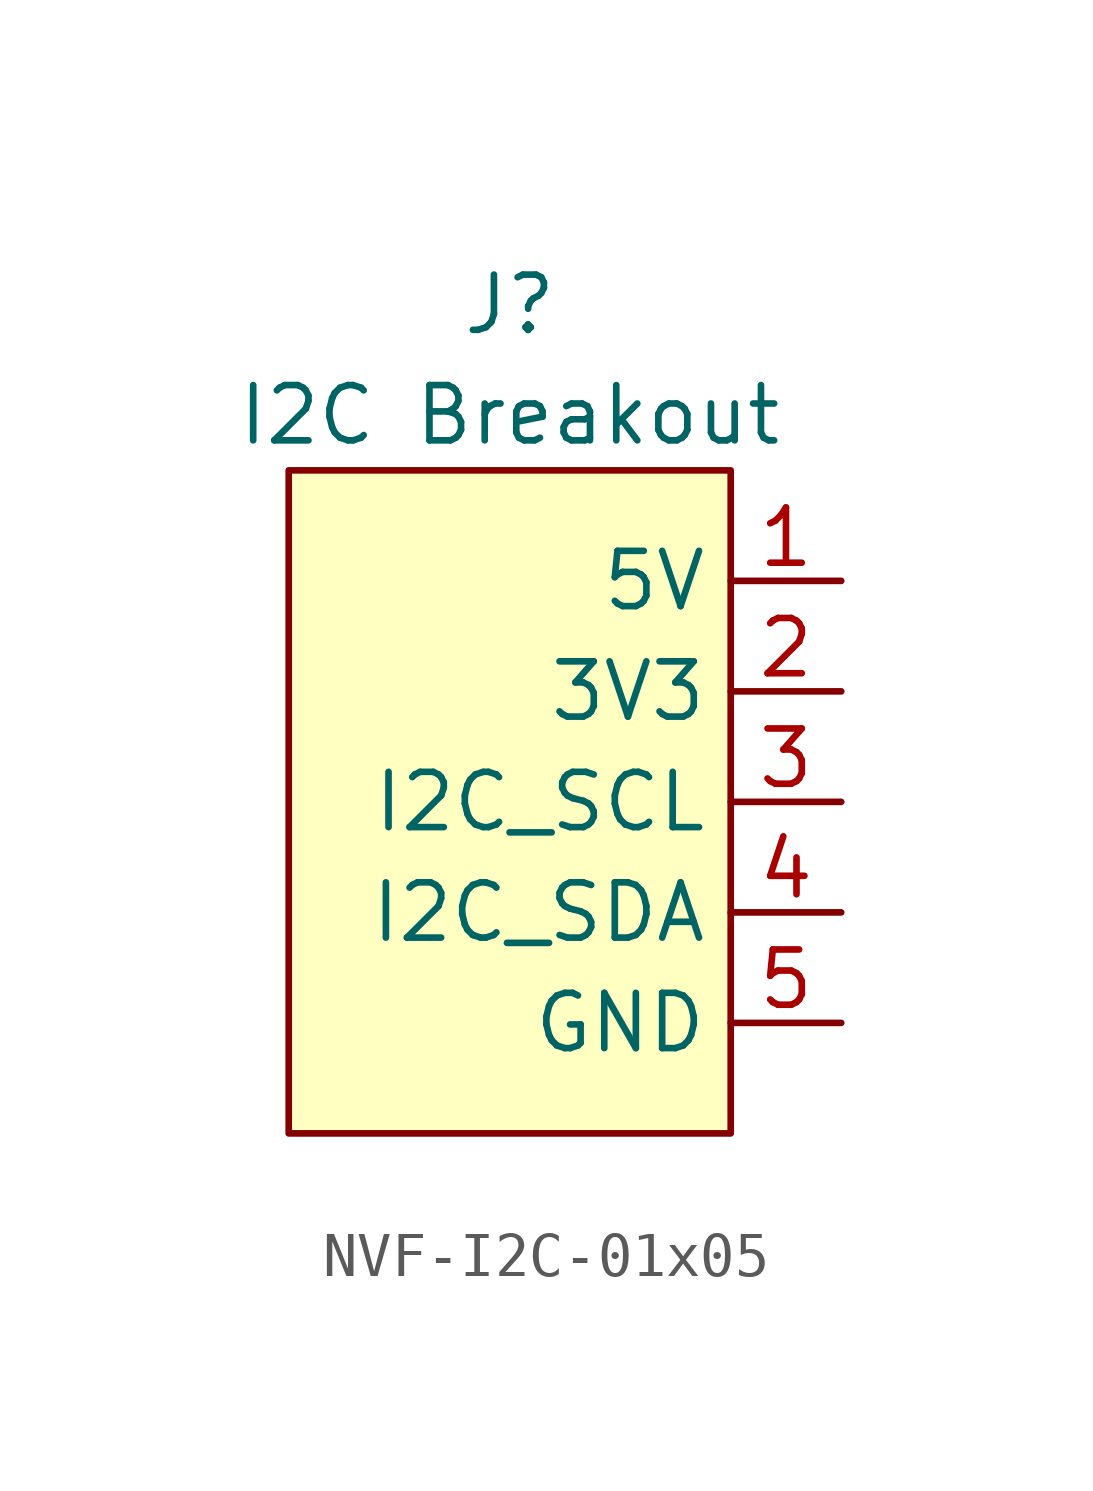
<source format=kicad_sym>
(kicad_symbol_lib
  (version 20220914)
  (generator kicad_symbol_editor)
  (symbol "NVF-I2C-01x05"
    (property "Reference" "J"
      (at 0 11.43 0)
      (effects (font (size 1.27 1.27))))
    (property "Value" "I2C Breakout"
      (at 0 8.89 0)
      (effects (font (size 1.27 1.27))))
    (symbol "NVF-I2C-01x05_1_1"
      (rectangle (start -5.08 7.62) (end 5.08 -7.62) (stroke (width 0) (type default)) (fill (type background)))
      (pin input line (at 7.62 5.08 180) (length 2.54) (name "5V" (effects (font (size 1.27 1.27)))) (number "1" (effects (font (size 1.27 1.27)))))
      (pin input line (at 7.62 2.54 180) (length 2.54) (name "3V3" (effects (font (size 1.27 1.27)))) (number "2" (effects (font (size 1.27 1.27)))))
      (pin input line (at 7.62 0 180) (length 2.54) (name "I2C_SCL" (effects (font (size 1.27 1.27)))) (number "3" (effects (font (size 1.27 1.27)))))
      (pin input line (at 7.62 -2.54 180) (length 2.54) (name "I2C_SDA" (effects (font (size 1.27 1.27)))) (number "4" (effects (font (size 1.27 1.27)))))
      (pin input line (at 7.62 -5.08 180) (length 2.54) (name "GND" (effects (font (size 1.27 1.27)))) (number "5" (effects (font (size 1.27 1.27))))))))
</source>
